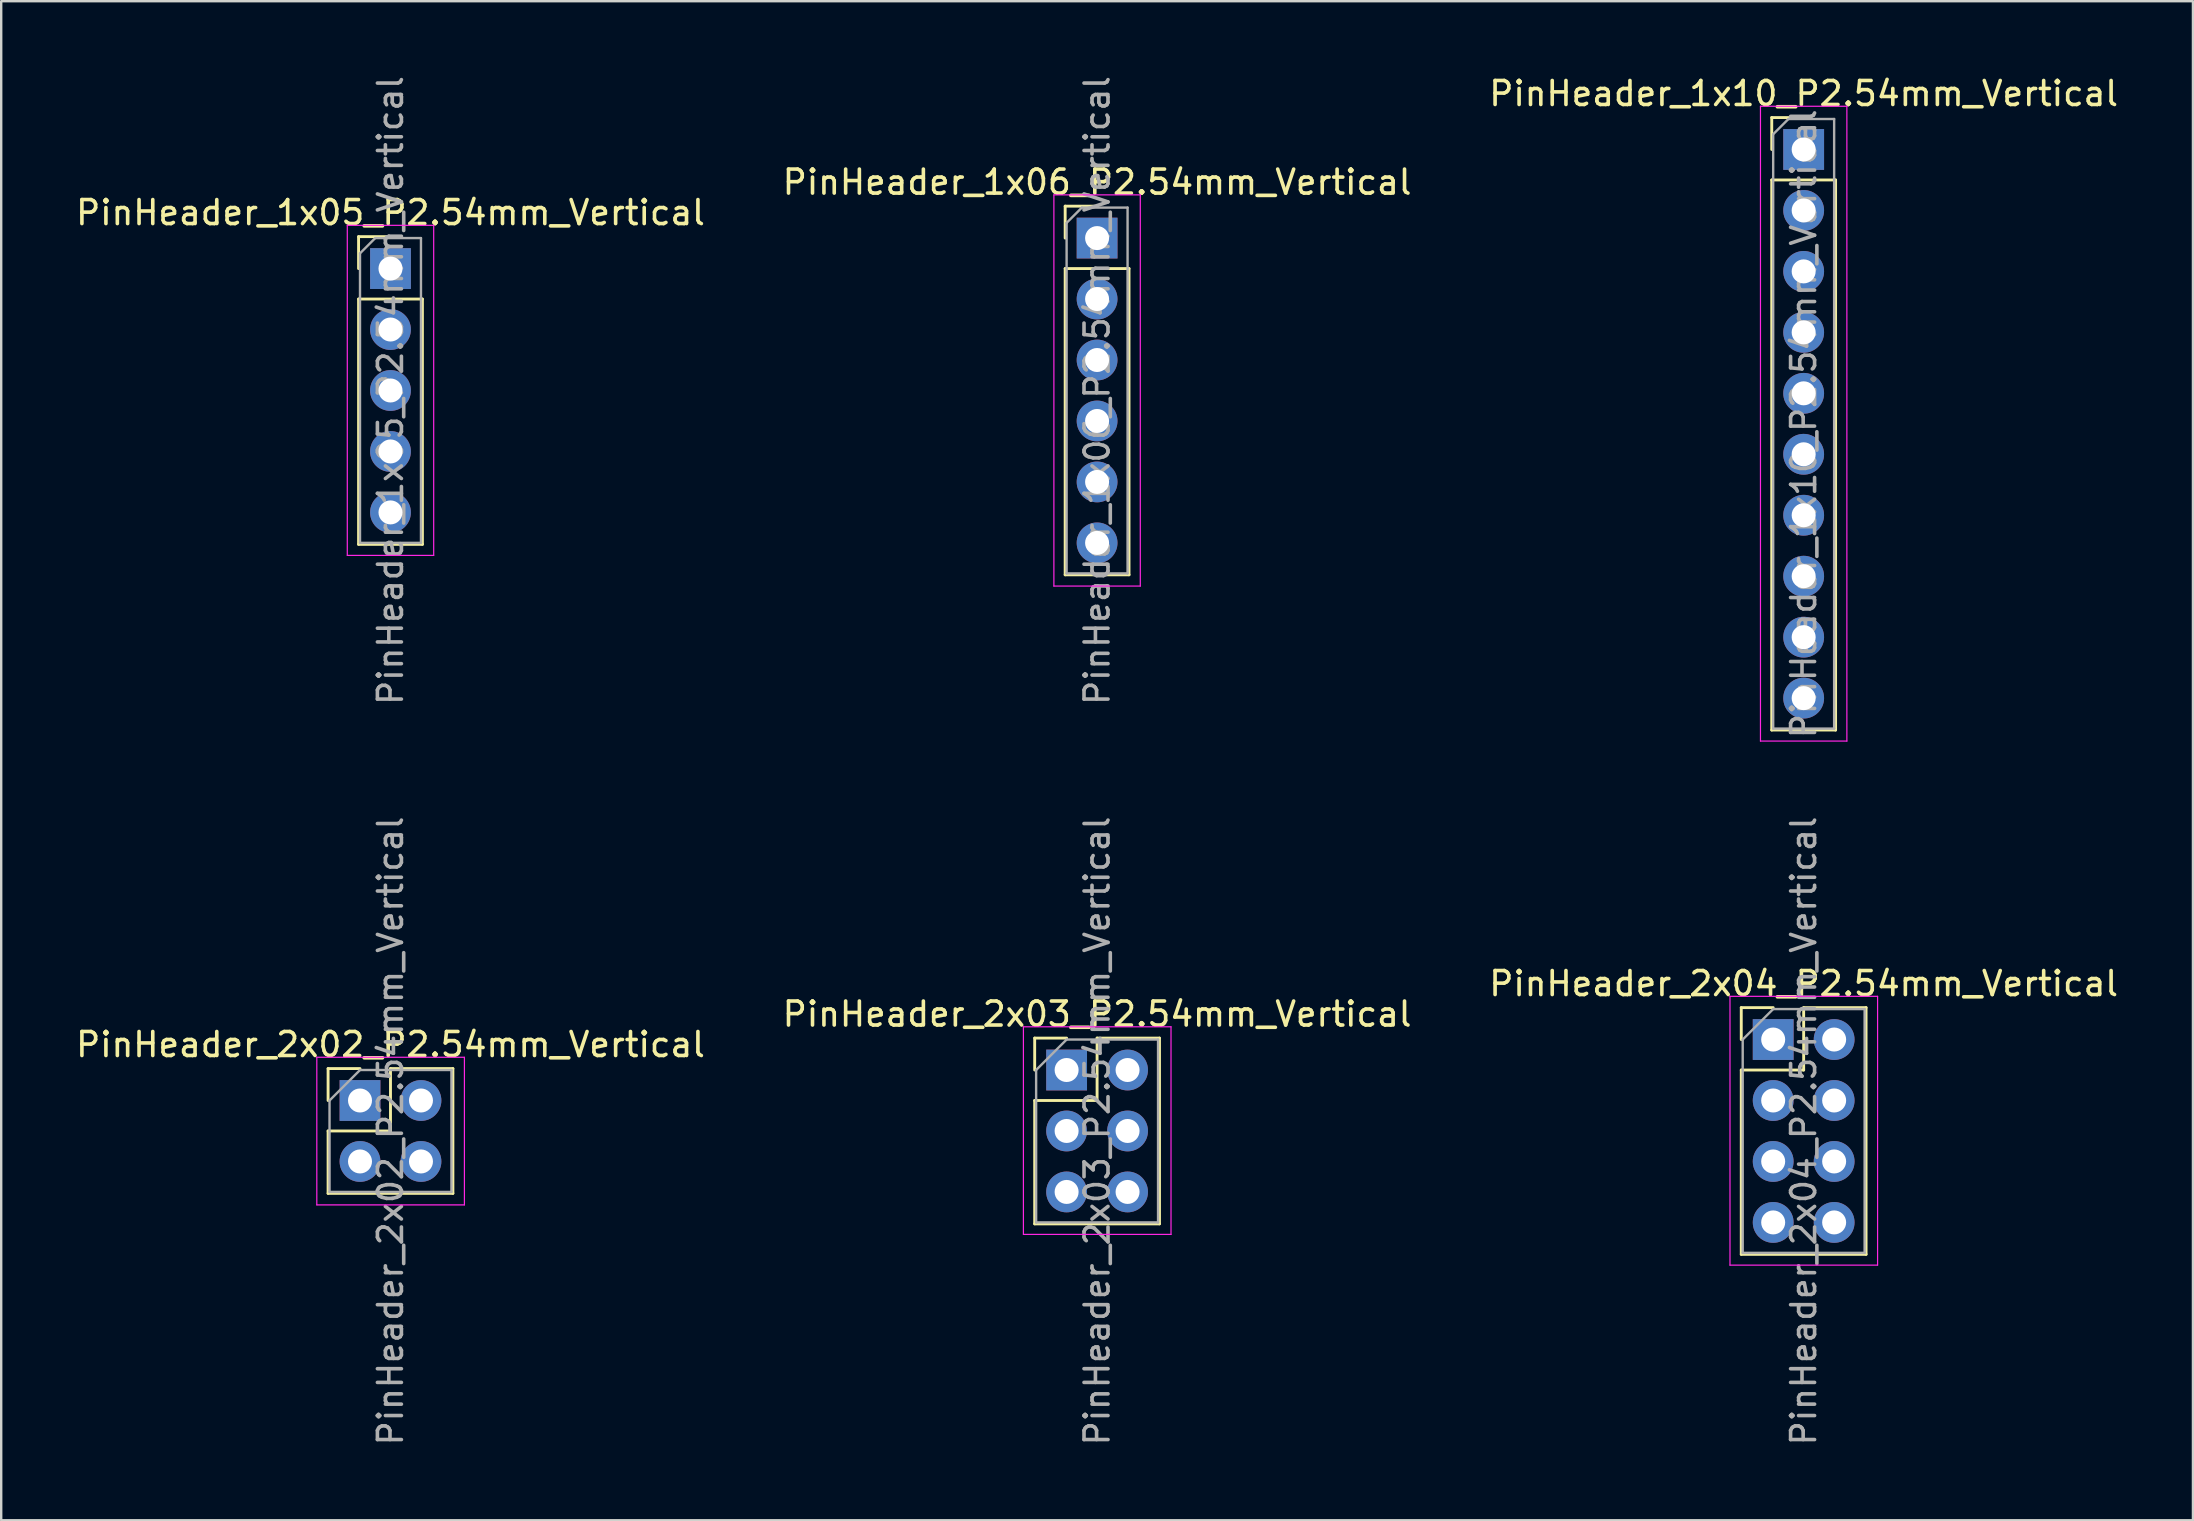
<source format=kicad_pcb>
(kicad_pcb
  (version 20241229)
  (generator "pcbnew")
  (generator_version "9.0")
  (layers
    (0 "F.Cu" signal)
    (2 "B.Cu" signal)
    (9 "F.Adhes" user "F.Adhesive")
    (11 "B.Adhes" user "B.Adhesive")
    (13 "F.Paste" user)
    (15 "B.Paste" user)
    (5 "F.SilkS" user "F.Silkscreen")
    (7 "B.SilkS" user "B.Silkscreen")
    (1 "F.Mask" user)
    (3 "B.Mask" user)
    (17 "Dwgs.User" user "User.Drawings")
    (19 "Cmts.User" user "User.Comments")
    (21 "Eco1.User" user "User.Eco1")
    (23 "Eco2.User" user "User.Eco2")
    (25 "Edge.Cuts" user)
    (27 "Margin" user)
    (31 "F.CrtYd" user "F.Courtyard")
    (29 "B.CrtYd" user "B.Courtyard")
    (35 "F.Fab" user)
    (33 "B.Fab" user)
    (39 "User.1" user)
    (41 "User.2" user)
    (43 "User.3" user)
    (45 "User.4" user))
  (footprint "PinHeader_2x03_P2.54mm_Vertical"
    (layer "F.Cu")
    (at 41.391 41.533)
    (property "Reference" "PinHeader_2x03_P2.54mm_Vertical" (at 1.27 -2.33 0) (layer "F.SilkS") (effects (font (size 1 1) (thickness 0.15))))
    (attr through_hole)
    (fp_line (start -1.33 -1.33) (end 0 -1.33) (stroke (width 0.12) (type solid)) (layer "F.SilkS"))
    (fp_line (start -1.33 0) (end -1.33 -1.33) (stroke (width 0.12) (type solid)) (layer "F.SilkS"))
    (fp_line (start -1.33 1.27) (end -1.33 6.41) (stroke (width 0.12) (type solid)) (layer "F.SilkS"))
    (fp_line (start -1.33 1.27) (end 1.27 1.27) (stroke (width 0.12) (type solid)) (layer "F.SilkS"))
    (fp_line (start -1.33 6.41) (end 3.87 6.41) (stroke (width 0.12) (type solid)) (layer "F.SilkS"))
    (fp_line (start 1.27 -1.33) (end 3.87 -1.33) (stroke (width 0.12) (type solid)) (layer "F.SilkS"))
    (fp_line (start 1.27 1.27) (end 1.27 -1.33) (stroke (width 0.12) (type solid)) (layer "F.SilkS"))
    (fp_line (start 3.87 -1.33) (end 3.87 6.41) (stroke (width 0.12) (type solid)) (layer "F.SilkS"))
    (fp_line (start -1.8 -1.8) (end -1.8 6.85) (stroke (width 0.05) (type solid)) (layer "F.CrtYd"))
    (fp_line (start -1.8 6.85) (end 4.35 6.85) (stroke (width 0.05) (type solid)) (layer "F.CrtYd"))
    (fp_line (start 4.35 -1.8) (end -1.8 -1.8) (stroke (width 0.05) (type solid)) (layer "F.CrtYd"))
    (fp_line (start 4.35 6.85) (end 4.35 -1.8) (stroke (width 0.05) (type solid)) (layer "F.CrtYd"))
    (fp_line (start -1.27 0) (end 0 -1.27) (stroke (width 0.1) (type solid)) (layer "F.Fab"))
    (fp_line (start -1.27 6.35) (end -1.27 0) (stroke (width 0.1) (type solid)) (layer "F.Fab"))
    (fp_line (start 0 -1.27) (end 3.81 -1.27) (stroke (width 0.1) (type solid)) (layer "F.Fab"))
    (fp_line (start 3.81 -1.27) (end 3.81 6.35) (stroke (width 0.1) (type solid)) (layer "F.Fab"))
    (fp_line (start 3.81 6.35) (end -1.27 6.35) (stroke (width 0.1) (type solid)) (layer "F.Fab"))
    (fp_text user "${REFERENCE}" (at 1.27 2.54 90) (layer "F.Fab") (effects (font (size 1 1) (thickness 0.15))))
    (pad "1" thru_hole rect (at 0 0) (size 1.7 1.7) (drill 1) (layers "*.Cu" "*.Mask"))
    (pad "2" thru_hole oval (at 2.54 0) (size 1.7 1.7) (drill 1) (layers "*.Cu" "*.Mask"))
    (pad "3" thru_hole oval (at 0 2.54) (size 1.7 1.7) (drill 1) (layers "*.Cu" "*.Mask"))
    (pad "4" thru_hole oval (at 2.54 2.54) (size 1.7 1.7) (drill 1) (layers "*.Cu" "*.Mask"))
    (pad "5" thru_hole oval (at 0 5.08) (size 1.7 1.7) (drill 1) (layers "*.Cu" "*.Mask"))
    (pad "6" thru_hole oval (at 2.54 5.08) (size 1.7 1.7) (drill 1) (layers "*.Cu" "*.Mask")))
  (footprint "PinHeader_1x06_P2.54mm_Vertical"
    (layer "F.Cu")
    (at 42.661 6.87)
    (property "Reference" "PinHeader_1x06_P2.54mm_Vertical" (at 0 -2.33 180) (layer "F.SilkS") (effects (font (size 1 1) (thickness 0.15))))
    (attr through_hole)
    (fp_line (start -1.33 -1.33) (end 0 -1.33) (stroke (width 0.12) (type solid)) (layer "F.SilkS"))
    (fp_line (start -1.33 0) (end -1.33 -1.33) (stroke (width 0.12) (type solid)) (layer "F.SilkS"))
    (fp_line (start -1.33 1.27) (end -1.33 14.03) (stroke (width 0.12) (type solid)) (layer "F.SilkS"))
    (fp_line (start -1.33 1.27) (end 1.33 1.27) (stroke (width 0.12) (type solid)) (layer "F.SilkS"))
    (fp_line (start -1.33 14.03) (end 1.33 14.03) (stroke (width 0.12) (type solid)) (layer "F.SilkS"))
    (fp_line (start 1.33 1.27) (end 1.33 14.03) (stroke (width 0.12) (type solid)) (layer "F.SilkS"))
    (fp_line (start -1.8 -1.8) (end -1.8 14.5) (stroke (width 0.05) (type solid)) (layer "F.CrtYd"))
    (fp_line (start -1.8 14.5) (end 1.8 14.5) (stroke (width 0.05) (type solid)) (layer "F.CrtYd"))
    (fp_line (start 1.8 -1.8) (end -1.8 -1.8) (stroke (width 0.05) (type solid)) (layer "F.CrtYd"))
    (fp_line (start 1.8 14.5) (end 1.8 -1.8) (stroke (width 0.05) (type solid)) (layer "F.CrtYd"))
    (fp_line (start -1.27 -0.635) (end -0.635 -1.27) (stroke (width 0.1) (type solid)) (layer "F.Fab"))
    (fp_line (start -1.27 13.97) (end -1.27 -0.635) (stroke (width 0.1) (type solid)) (layer "F.Fab"))
    (fp_line (start -0.635 -1.27) (end 1.27 -1.27) (stroke (width 0.1) (type solid)) (layer "F.Fab"))
    (fp_line (start 1.27 -1.27) (end 1.27 13.97) (stroke (width 0.1) (type solid)) (layer "F.Fab"))
    (fp_line (start 1.27 13.97) (end -1.27 13.97) (stroke (width 0.1) (type solid)) (layer "F.Fab"))
    (fp_text user "${REFERENCE}" (at 0 6.35 90) (layer "F.Fab") (effects (font (size 1 1) (thickness 0.15))))
    (pad "1" thru_hole rect (at 0 0) (size 1.7 1.7) (drill 1) (layers "*.Cu" "*.Mask"))
    (pad "2" thru_hole oval (at 0 2.54) (size 1.7 1.7) (drill 1) (layers "*.Cu" "*.Mask"))
    (pad "3" thru_hole oval (at 0 5.08) (size 1.7 1.7) (drill 1) (layers "*.Cu" "*.Mask"))
    (pad "4" thru_hole oval (at 0 7.62) (size 1.7 1.7) (drill 1) (layers "*.Cu" "*.Mask"))
    (pad "5" thru_hole oval (at 0 10.16) (size 1.7 1.7) (drill 1) (layers "*.Cu" "*.Mask"))
    (pad "6" thru_hole oval (at 0 12.7) (size 1.7 1.7) (drill 1) (layers "*.Cu" "*.Mask")))
  (footprint "PinHeader_2x04_P2.54mm_Vertical"
    (layer "F.Cu")
    (at 70.831 40.263)
    (property "Reference" "PinHeader_2x04_P2.54mm_Vertical" (at 1.27 -2.33 180) (layer "F.SilkS") (effects (font (size 1 1) (thickness 0.15))))
    (attr through_hole)
    (fp_line (start -1.33 -1.33) (end 0 -1.33) (stroke (width 0.12) (type solid)) (layer "F.SilkS"))
    (fp_line (start -1.33 0) (end -1.33 -1.33) (stroke (width 0.12) (type solid)) (layer "F.SilkS"))
    (fp_line (start -1.33 1.27) (end -1.33 8.95) (stroke (width 0.12) (type solid)) (layer "F.SilkS"))
    (fp_line (start -1.33 1.27) (end 1.27 1.27) (stroke (width 0.12) (type solid)) (layer "F.SilkS"))
    (fp_line (start -1.33 8.95) (end 3.87 8.95) (stroke (width 0.12) (type solid)) (layer "F.SilkS"))
    (fp_line (start 1.27 -1.33) (end 3.87 -1.33) (stroke (width 0.12) (type solid)) (layer "F.SilkS"))
    (fp_line (start 1.27 1.27) (end 1.27 -1.33) (stroke (width 0.12) (type solid)) (layer "F.SilkS"))
    (fp_line (start 3.87 -1.33) (end 3.87 8.95) (stroke (width 0.12) (type solid)) (layer "F.SilkS"))
    (fp_line (start -1.8 -1.8) (end -1.8 9.4) (stroke (width 0.05) (type solid)) (layer "F.CrtYd"))
    (fp_line (start -1.8 9.4) (end 4.35 9.4) (stroke (width 0.05) (type solid)) (layer "F.CrtYd"))
    (fp_line (start 4.35 -1.8) (end -1.8 -1.8) (stroke (width 0.05) (type solid)) (layer "F.CrtYd"))
    (fp_line (start 4.35 9.4) (end 4.35 -1.8) (stroke (width 0.05) (type solid)) (layer "F.CrtYd"))
    (fp_line (start -1.27 0) (end 0 -1.27) (stroke (width 0.1) (type solid)) (layer "F.Fab"))
    (fp_line (start -1.27 8.89) (end -1.27 0) (stroke (width 0.1) (type solid)) (layer "F.Fab"))
    (fp_line (start 0 -1.27) (end 3.81 -1.27) (stroke (width 0.1) (type solid)) (layer "F.Fab"))
    (fp_line (start 3.81 -1.27) (end 3.81 8.89) (stroke (width 0.1) (type solid)) (layer "F.Fab"))
    (fp_line (start 3.81 8.89) (end -1.27 8.89) (stroke (width 0.1) (type solid)) (layer "F.Fab"))
    (fp_text user "${REFERENCE}" (at 1.27 3.81 270) (layer "F.Fab") (effects (font (size 1 1) (thickness 0.15))))
    (pad "1" thru_hole rect (at 0 0) (size 1.7 1.7) (drill 1) (layers "*.Cu" "*.Mask"))
    (pad "2" thru_hole oval (at 2.54 0) (size 1.7 1.7) (drill 1) (layers "*.Cu" "*.Mask"))
    (pad "3" thru_hole oval (at 0 2.54) (size 1.7 1.7) (drill 1) (layers "*.Cu" "*.Mask"))
    (pad "4" thru_hole oval (at 2.54 2.54) (size 1.7 1.7) (drill 1) (layers "*.Cu" "*.Mask"))
    (pad "5" thru_hole oval (at 0 5.08) (size 1.7 1.7) (drill 1) (layers "*.Cu" "*.Mask"))
    (pad "6" thru_hole oval (at 2.54 5.08) (size 1.7 1.7) (drill 1) (layers "*.Cu" "*.Mask"))
    (pad "7" thru_hole oval (at 0 7.62) (size 1.7 1.7) (drill 1) (layers "*.Cu" "*.Mask"))
    (pad "8" thru_hole oval (at 2.54 7.62) (size 1.7 1.7) (drill 1) (layers "*.Cu" "*.Mask")))
  (footprint "PinHeader_1x05_P2.54mm_Vertical"
    (layer "F.Cu")
    (at 13.22 8.14)
    (property "Reference" "PinHeader_1x05_P2.54mm_Vertical" (at 0 -2.33 180) (layer "F.SilkS") (effects (font (size 1 1) (thickness 0.15))))
    (attr through_hole)
    (fp_line (start -1.33 -1.33) (end 0 -1.33) (stroke (width 0.12) (type solid)) (layer "F.SilkS"))
    (fp_line (start -1.33 0) (end -1.33 -1.33) (stroke (width 0.12) (type solid)) (layer "F.SilkS"))
    (fp_line (start -1.33 1.27) (end -1.33 11.49) (stroke (width 0.12) (type solid)) (layer "F.SilkS"))
    (fp_line (start -1.33 1.27) (end 1.33 1.27) (stroke (width 0.12) (type solid)) (layer "F.SilkS"))
    (fp_line (start -1.33 11.49) (end 1.33 11.49) (stroke (width 0.12) (type solid)) (layer "F.SilkS"))
    (fp_line (start 1.33 1.27) (end 1.33 11.49) (stroke (width 0.12) (type solid)) (layer "F.SilkS"))
    (fp_line (start -1.8 -1.8) (end -1.8 11.95) (stroke (width 0.05) (type solid)) (layer "F.CrtYd"))
    (fp_line (start -1.8 11.95) (end 1.8 11.95) (stroke (width 0.05) (type solid)) (layer "F.CrtYd"))
    (fp_line (start 1.8 -1.8) (end -1.8 -1.8) (stroke (width 0.05) (type solid)) (layer "F.CrtYd"))
    (fp_line (start 1.8 11.95) (end 1.8 -1.8) (stroke (width 0.05) (type solid)) (layer "F.CrtYd"))
    (fp_line (start -1.27 -0.635) (end -0.635 -1.27) (stroke (width 0.1) (type solid)) (layer "F.Fab"))
    (fp_line (start -1.27 11.43) (end -1.27 -0.635) (stroke (width 0.1) (type solid)) (layer "F.Fab"))
    (fp_line (start -0.635 -1.27) (end 1.27 -1.27) (stroke (width 0.1) (type solid)) (layer "F.Fab"))
    (fp_line (start 1.27 -1.27) (end 1.27 11.43) (stroke (width 0.1) (type solid)) (layer "F.Fab"))
    (fp_line (start 1.27 11.43) (end -1.27 11.43) (stroke (width 0.1) (type solid)) (layer "F.Fab"))
    (fp_text user "${REFERENCE}" (at 0 5.08 90) (layer "F.Fab") (effects (font (size 1 1) (thickness 0.15))))
    (pad "1" thru_hole rect (at 0 0) (size 1.7 1.7) (drill 1) (layers "*.Cu" "*.Mask"))
    (pad "2" thru_hole oval (at 0 2.54) (size 1.7 1.7) (drill 1) (layers "*.Cu" "*.Mask"))
    (pad "3" thru_hole oval (at 0 5.08) (size 1.7 1.7) (drill 1) (layers "*.Cu" "*.Mask"))
    (pad "4" thru_hole oval (at 0 7.62) (size 1.7 1.7) (drill 1) (layers "*.Cu" "*.Mask"))
    (pad "5" thru_hole oval (at 0 10.16) (size 1.7 1.7) (drill 1) (layers "*.Cu" "*.Mask")))
  (footprint "PinHeader_2x02_P2.54mm_Vertical"
    (layer "F.Cu")
    (at 11.95 42.803)
    (property "Reference" "PinHeader_2x02_P2.54mm_Vertical" (at 1.27 -2.33 180) (layer "F.SilkS") (effects (font (size 1 1) (thickness 0.15))))
    (attr through_hole)
    (fp_line (start -1.33 -1.33) (end 0 -1.33) (stroke (width 0.12) (type solid)) (layer "F.SilkS"))
    (fp_line (start -1.33 0) (end -1.33 -1.33) (stroke (width 0.12) (type solid)) (layer "F.SilkS"))
    (fp_line (start -1.33 1.27) (end -1.33 3.87) (stroke (width 0.12) (type solid)) (layer "F.SilkS"))
    (fp_line (start -1.33 1.27) (end 1.27 1.27) (stroke (width 0.12) (type solid)) (layer "F.SilkS"))
    (fp_line (start -1.33 3.87) (end 3.87 3.87) (stroke (width 0.12) (type solid)) (layer "F.SilkS"))
    (fp_line (start 1.27 -1.33) (end 3.87 -1.33) (stroke (width 0.12) (type solid)) (layer "F.SilkS"))
    (fp_line (start 1.27 1.27) (end 1.27 -1.33) (stroke (width 0.12) (type solid)) (layer "F.SilkS"))
    (fp_line (start 3.87 -1.33) (end 3.87 3.87) (stroke (width 0.12) (type solid)) (layer "F.SilkS"))
    (fp_line (start -1.8 -1.8) (end -1.8 4.35) (stroke (width 0.05) (type solid)) (layer "F.CrtYd"))
    (fp_line (start -1.8 4.35) (end 4.35 4.35) (stroke (width 0.05) (type solid)) (layer "F.CrtYd"))
    (fp_line (start 4.35 -1.8) (end -1.8 -1.8) (stroke (width 0.05) (type solid)) (layer "F.CrtYd"))
    (fp_line (start 4.35 4.35) (end 4.35 -1.8) (stroke (width 0.05) (type solid)) (layer "F.CrtYd"))
    (fp_line (start -1.27 0) (end 0 -1.27) (stroke (width 0.1) (type solid)) (layer "F.Fab"))
    (fp_line (start -1.27 3.81) (end -1.27 0) (stroke (width 0.1) (type solid)) (layer "F.Fab"))
    (fp_line (start 0 -1.27) (end 3.81 -1.27) (stroke (width 0.1) (type solid)) (layer "F.Fab"))
    (fp_line (start 3.81 -1.27) (end 3.81 3.81) (stroke (width 0.1) (type solid)) (layer "F.Fab"))
    (fp_line (start 3.81 3.81) (end -1.27 3.81) (stroke (width 0.1) (type solid)) (layer "F.Fab"))
    (fp_text user "${REFERENCE}" (at 1.27 1.27 90) (layer "F.Fab") (effects (font (size 1 1) (thickness 0.15))))
    (pad "1" thru_hole rect (at 0 0) (size 1.7 1.7) (drill 1) (layers "*.Cu" "*.Mask"))
    (pad "2" thru_hole oval (at 2.54 0) (size 1.7 1.7) (drill 1) (layers "*.Cu" "*.Mask"))
    (pad "3" thru_hole oval (at 0 2.54) (size 1.7 1.7) (drill 1) (layers "*.Cu" "*.Mask"))
    (pad "4" thru_hole oval (at 2.54 2.54) (size 1.7 1.7) (drill 1) (layers "*.Cu" "*.Mask")))
  (footprint "PinHeader_1x10_P2.54mm_Vertical"
    (layer "F.Cu")
    (at 72.101 3.178)
    (property "Reference" "PinHeader_1x10_P2.54mm_Vertical" (at 0 -2.33 0) (layer "F.SilkS") (effects (font (size 1 1) (thickness 0.15))))
    (attr through_hole)
    (fp_line (start -1.33 -1.33) (end 0 -1.33) (stroke (width 0.12) (type solid)) (layer "F.SilkS"))
    (fp_line (start -1.33 0) (end -1.33 -1.33) (stroke (width 0.12) (type solid)) (layer "F.SilkS"))
    (fp_line (start -1.33 1.27) (end -1.33 24.19) (stroke (width 0.12) (type solid)) (layer "F.SilkS"))
    (fp_line (start -1.33 1.27) (end 1.33 1.27) (stroke (width 0.12) (type solid)) (layer "F.SilkS"))
    (fp_line (start -1.33 24.19) (end 1.33 24.19) (stroke (width 0.12) (type solid)) (layer "F.SilkS"))
    (fp_line (start 1.33 1.27) (end 1.33 24.19) (stroke (width 0.12) (type solid)) (layer "F.SilkS"))
    (fp_line (start -1.8 -1.8) (end -1.8 24.65) (stroke (width 0.05) (type solid)) (layer "F.CrtYd"))
    (fp_line (start -1.8 24.65) (end 1.8 24.65) (stroke (width 0.05) (type solid)) (layer "F.CrtYd"))
    (fp_line (start 1.8 -1.8) (end -1.8 -1.8) (stroke (width 0.05) (type solid)) (layer "F.CrtYd"))
    (fp_line (start 1.8 24.65) (end 1.8 -1.8) (stroke (width 0.05) (type solid)) (layer "F.CrtYd"))
    (fp_line (start -1.27 -0.635) (end -0.635 -1.27) (stroke (width 0.1) (type solid)) (layer "F.Fab"))
    (fp_line (start -1.27 24.13) (end -1.27 -0.635) (stroke (width 0.1) (type solid)) (layer "F.Fab"))
    (fp_line (start -0.635 -1.27) (end 1.27 -1.27) (stroke (width 0.1) (type solid)) (layer "F.Fab"))
    (fp_line (start 1.27 -1.27) (end 1.27 24.13) (stroke (width 0.1) (type solid)) (layer "F.Fab"))
    (fp_line (start 1.27 24.13) (end -1.27 24.13) (stroke (width 0.1) (type solid)) (layer "F.Fab"))
    (fp_text user "${REFERENCE}" (at 0 11.43 90) (layer "F.Fab") (effects (font (size 1 1) (thickness 0.15))))
    (pad "1" thru_hole rect (at 0 0) (size 1.7 1.7) (drill 1) (layers "*.Cu" "*.Mask"))
    (pad "2" thru_hole oval (at 0 2.54) (size 1.7 1.7) (drill 1) (layers "*.Cu" "*.Mask"))
    (pad "3" thru_hole oval (at 0 5.08) (size 1.7 1.7) (drill 1) (layers "*.Cu" "*.Mask"))
    (pad "4" thru_hole oval (at 0 7.62) (size 1.7 1.7) (drill 1) (layers "*.Cu" "*.Mask"))
    (pad "5" thru_hole oval (at 0 10.16) (size 1.7 1.7) (drill 1) (layers "*.Cu" "*.Mask"))
    (pad "6" thru_hole oval (at 0 12.7) (size 1.7 1.7) (drill 1) (layers "*.Cu" "*.Mask"))
    (pad "7" thru_hole oval (at 0 15.24) (size 1.7 1.7) (drill 1) (layers "*.Cu" "*.Mask"))
    (pad "8" thru_hole oval (at 0 17.78) (size 1.7 1.7) (drill 1) (layers "*.Cu" "*.Mask"))
    (pad "9" thru_hole oval (at 0 20.32) (size 1.7 1.7) (drill 1) (layers "*.Cu" "*.Mask"))
    (pad "10" thru_hole oval (at 0 22.86) (size 1.7 1.7) (drill 1) (layers "*.Cu" "*.Mask")))
  (gr_rect
    (start -3 -3)
    (end 88.321 60.294)
    (stroke (width 0.1) (type default))
    (fill no)
    (layer "Edge.Cuts")))
</source>
